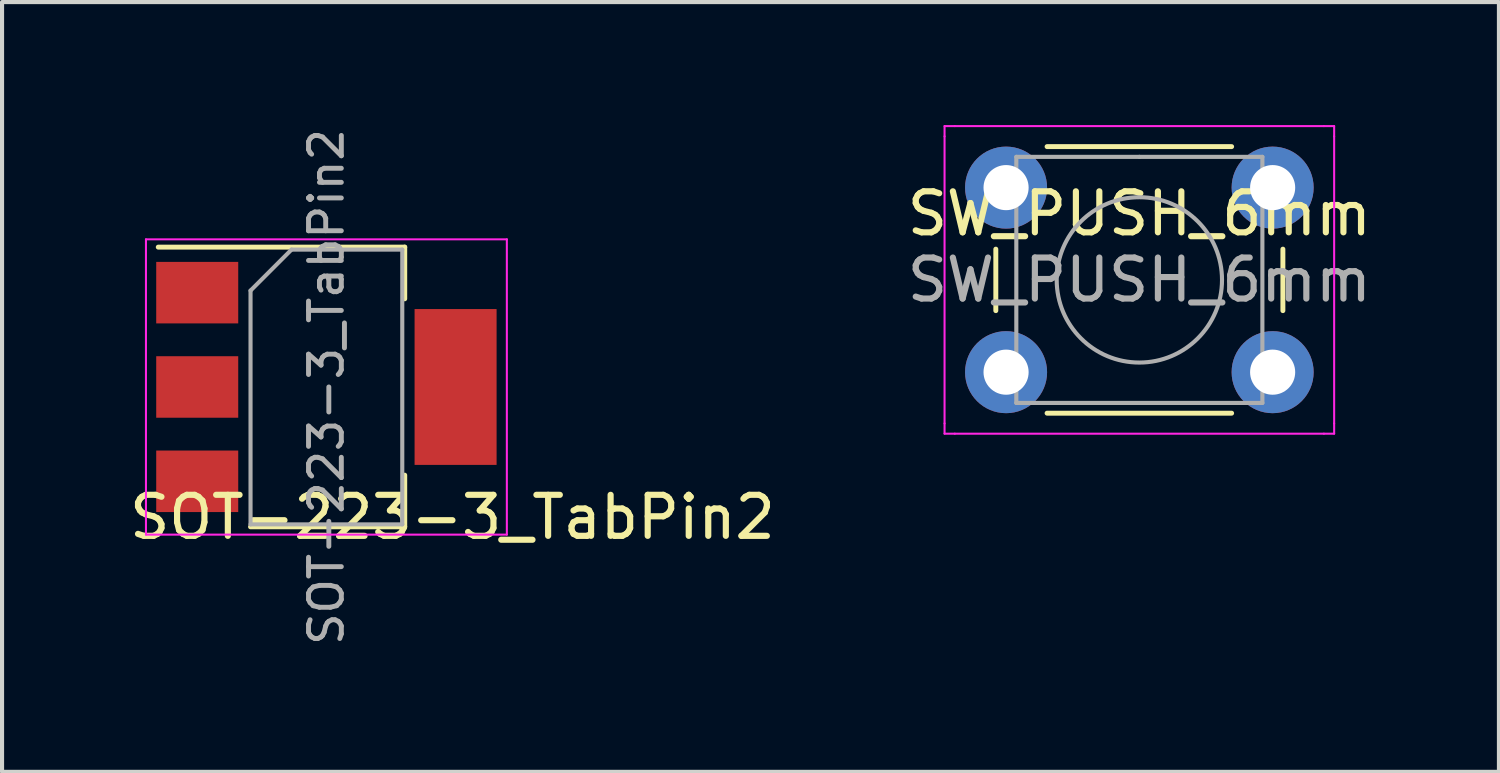
<source format=kicad_pcb>
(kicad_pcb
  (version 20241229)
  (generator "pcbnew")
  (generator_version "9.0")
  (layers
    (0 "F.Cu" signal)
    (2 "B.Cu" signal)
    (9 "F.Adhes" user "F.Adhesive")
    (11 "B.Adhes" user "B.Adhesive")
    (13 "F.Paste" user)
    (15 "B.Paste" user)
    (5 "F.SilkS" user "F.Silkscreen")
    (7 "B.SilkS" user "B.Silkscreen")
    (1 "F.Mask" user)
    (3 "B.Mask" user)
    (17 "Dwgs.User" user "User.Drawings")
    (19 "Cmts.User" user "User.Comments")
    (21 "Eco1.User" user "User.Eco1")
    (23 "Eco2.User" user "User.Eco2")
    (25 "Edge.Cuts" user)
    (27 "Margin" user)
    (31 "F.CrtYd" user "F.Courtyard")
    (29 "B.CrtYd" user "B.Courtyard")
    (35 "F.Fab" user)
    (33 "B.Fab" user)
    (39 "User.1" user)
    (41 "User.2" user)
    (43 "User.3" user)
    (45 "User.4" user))
  (footprint "SW_PUSH_6mm"
    (layer "F.Cu")
    (at 21.482 1.525)
    (property "Reference" "SW_PUSH_6mm" (at 3.25 0.635 0) (layer "F.SilkS") (effects (font (size 1 1) (thickness 0.15))))
    (attr through_hole)
    (fp_line (start -0.25 1.5) (end -0.25 3) (stroke (width 0.12) (type solid)) (layer "F.SilkS"))
    (fp_line (start 1 5.5) (end 5.5 5.5) (stroke (width 0.12) (type solid)) (layer "F.SilkS"))
    (fp_line (start 5.5 -1) (end 1 -1) (stroke (width 0.12) (type solid)) (layer "F.SilkS"))
    (fp_line (start 6.75 3) (end 6.75 1.5) (stroke (width 0.12) (type solid)) (layer "F.SilkS"))
    (fp_line (start -1.5 -1.5) (end -1.25 -1.5) (stroke (width 0.05) (type solid)) (layer "F.CrtYd"))
    (fp_line (start -1.5 -1.25) (end -1.5 -1.5) (stroke (width 0.05) (type solid)) (layer "F.CrtYd"))
    (fp_line (start -1.5 5.75) (end -1.5 -1.25) (stroke (width 0.05) (type solid)) (layer "F.CrtYd"))
    (fp_line (start -1.5 5.75) (end -1.5 6) (stroke (width 0.05) (type solid)) (layer "F.CrtYd"))
    (fp_line (start -1.5 6) (end -1.25 6) (stroke (width 0.05) (type solid)) (layer "F.CrtYd"))
    (fp_line (start -1.25 -1.5) (end 7.75 -1.5) (stroke (width 0.05) (type solid)) (layer "F.CrtYd"))
    (fp_line (start 7.75 -1.5) (end 8 -1.5) (stroke (width 0.05) (type solid)) (layer "F.CrtYd"))
    (fp_line (start 7.75 6) (end -1.25 6) (stroke (width 0.05) (type solid)) (layer "F.CrtYd"))
    (fp_line (start 7.75 6) (end 8 6) (stroke (width 0.05) (type solid)) (layer "F.CrtYd"))
    (fp_line (start 8 -1.5) (end 8 -1.25) (stroke (width 0.05) (type solid)) (layer "F.CrtYd"))
    (fp_line (start 8 -1.25) (end 8 5.75) (stroke (width 0.05) (type solid)) (layer "F.CrtYd"))
    (fp_line (start 8 6) (end 8 5.75) (stroke (width 0.05) (type solid)) (layer "F.CrtYd"))
    (fp_line (start 0.25 -0.75) (end 3.25 -0.75) (stroke (width 0.1) (type solid)) (layer "F.Fab"))
    (fp_line (start 0.25 5.25) (end 0.25 -0.75) (stroke (width 0.1) (type solid)) (layer "F.Fab"))
    (fp_line (start 3.25 -0.75) (end 6.25 -0.75) (stroke (width 0.1) (type solid)) (layer "F.Fab"))
    (fp_line (start 6.25 -0.75) (end 6.25 5.25) (stroke (width 0.1) (type solid)) (layer "F.Fab"))
    (fp_line (start 6.25 5.25) (end 0.25 5.25) (stroke (width 0.1) (type solid)) (layer "F.Fab"))
    (fp_circle (center 3.25 2.25) (end 1.25 2.5) (stroke (width 0.1) (type solid)) (fill no) (layer "F.Fab"))
    (fp_text user "${REFERENCE}" (at 3.25 2.25 0) (layer "F.Fab") (effects (font (size 1 1) (thickness 0.15))))
    (pad "1" thru_hole circle (at 0 0 90) (size 2 2) (drill 1.1) (layers "*.Cu" "*.Mask"))
    (pad "1" thru_hole circle (at 6.5 0 90) (size 2 2) (drill 1.1) (layers "*.Cu" "*.Mask"))
    (pad "2" thru_hole circle (at 0 4.5 90) (size 2 2) (drill 1.1) (layers "*.Cu" "*.Mask"))
    (pad "2" thru_hole circle (at 6.5 4.5 90) (size 2 2) (drill 1.1) (layers "*.Cu" "*.Mask")))
  (footprint "SOT-223-3_TabPin2"
    (layer "F.Cu")
    (at 4.909 6.386)
    (property "Reference" "SOT-223-3_TabPin2" (at 3.073 3.175 0) (layer "F.SilkS") (effects (font (size 1 1) (thickness 0.15))))
    (attr smd)
    (fp_line (start -4.1 -3.41) (end 1.91 -3.41) (stroke (width 0.12) (type solid)) (layer "F.SilkS"))
    (fp_line (start -1.85 3.41) (end 1.91 3.41) (stroke (width 0.12) (type solid)) (layer "F.SilkS"))
    (fp_line (start 1.91 -3.41) (end 1.91 -2.15) (stroke (width 0.12) (type solid)) (layer "F.SilkS"))
    (fp_line (start 1.91 3.41) (end 1.91 2.15) (stroke (width 0.12) (type solid)) (layer "F.SilkS"))
    (fp_line (start -4.4 -3.6) (end -4.4 3.6) (stroke (width 0.05) (type solid)) (layer "F.CrtYd"))
    (fp_line (start -4.4 3.6) (end 4.4 3.6) (stroke (width 0.05) (type solid)) (layer "F.CrtYd"))
    (fp_line (start 4.4 -3.6) (end -4.4 -3.6) (stroke (width 0.05) (type solid)) (layer "F.CrtYd"))
    (fp_line (start 4.4 3.6) (end 4.4 -3.6) (stroke (width 0.05) (type solid)) (layer "F.CrtYd"))
    (fp_line (start -1.85 -2.35) (end -1.85 3.35) (stroke (width 0.1) (type solid)) (layer "F.Fab"))
    (fp_line (start -1.85 -2.35) (end -0.85 -3.35) (stroke (width 0.1) (type solid)) (layer "F.Fab"))
    (fp_line (start -1.85 3.35) (end 1.85 3.35) (stroke (width 0.1) (type solid)) (layer "F.Fab"))
    (fp_line (start -0.85 -3.35) (end 1.85 -3.35) (stroke (width 0.1) (type solid)) (layer "F.Fab"))
    (fp_line (start 1.85 -3.35) (end 1.85 3.35) (stroke (width 0.1) (type solid)) (layer "F.Fab"))
    (fp_text user "${REFERENCE}" (at 0 0 90) (layer "F.Fab") (effects (font (size 0.8 0.8) (thickness 0.12))))
    (pad "1" smd rect (at -3.15 -2.3) (size 2 1.5) (layers "F.Cu" "F.Mask" "F.Paste"))
    (pad "2" smd rect (at -3.15 0) (size 2 1.5) (layers "F.Cu" "F.Mask" "F.Paste"))
    (pad "2" smd rect (at 3.15 0) (size 2 3.8) (layers "F.Cu" "F.Mask" "F.Paste"))
    (pad "3" smd rect (at -3.15 2.3) (size 2 1.5) (layers "F.Cu" "F.Mask" "F.Paste")))
  (gr_rect
    (start -3 -3)
    (end 33.5 15.771)
    (stroke (width 0.1) (type default))
    (fill no)
    (layer "Edge.Cuts")))
</source>
